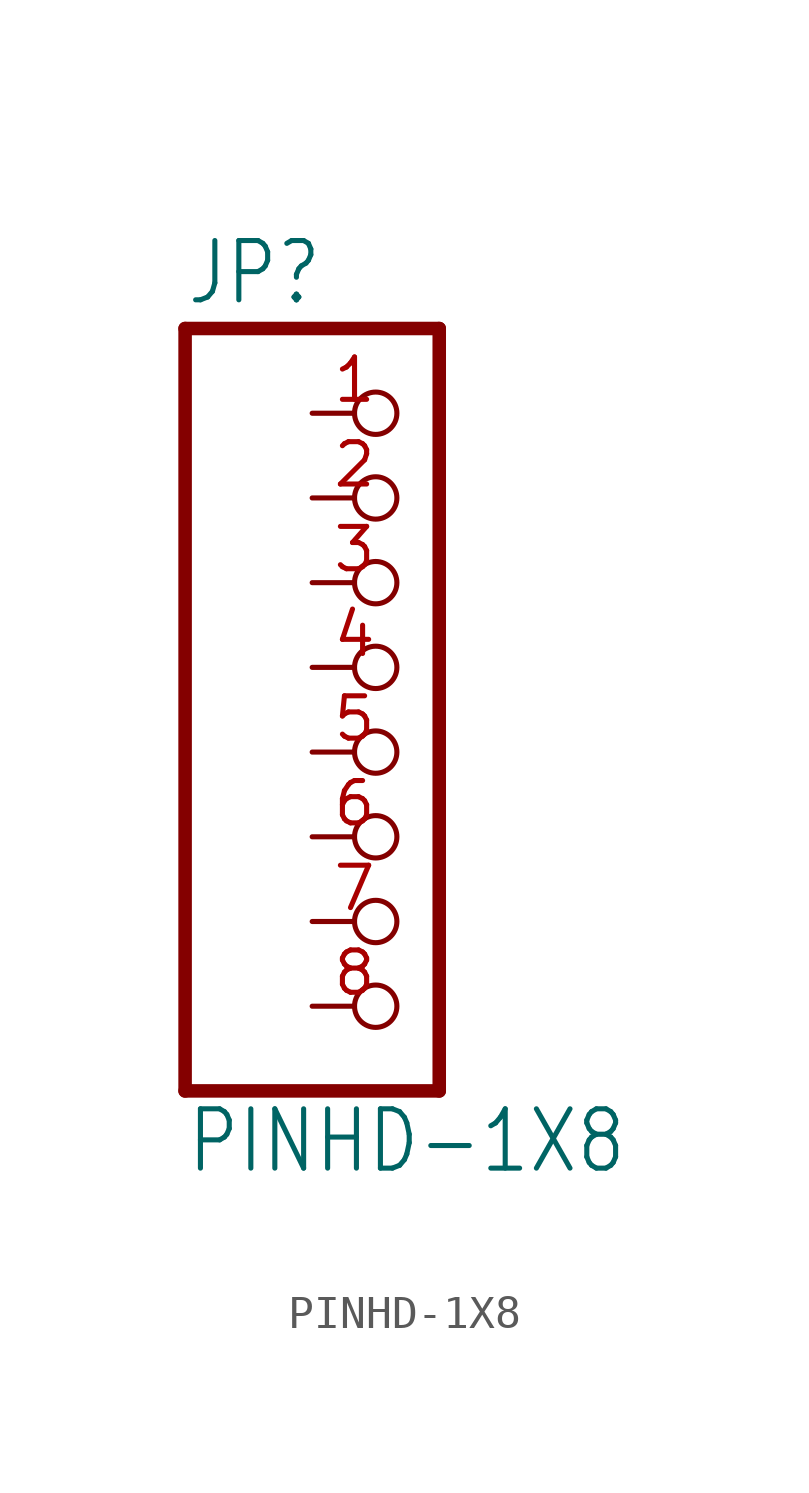
<source format=kicad_sym>
(kicad_symbol_lib
  (version 20210619)
  (generator kicad_symbol_editor)
  (symbol "PINHD-1X8"
    (property "Reference" "JP"
      (at -6.35 13.335 0)
      (effects (font (size 1.778 1.511)) (justify left bottom)))
    (property "Value" "PINHD-1X8"
      (at -6.35 -12.7 0)
      (effects (font (size 1.778 1.511)) (justify left bottom)))
    (property "ki_locked" ""
      (at 0 0 0)
      (effects (font (size 1.27 1.27))))
    (symbol "PINHD-1X8_1_0"
      (polyline (pts (xy -6.35 -10.16) (xy 1.27 -10.16)) (stroke (width 0.406)) (fill (type none)))
      (polyline (pts (xy -6.35 12.7) (xy -6.35 -10.16)) (stroke (width 0.406)) (fill (type none)))
      (polyline (pts (xy 1.27 -10.16) (xy 1.27 12.7)) (stroke (width 0.406)) (fill (type none)))
      (polyline (pts (xy 1.27 12.7) (xy -6.35 12.7)) (stroke (width 0.406)) (fill (type none)))
      (pin passive inverted (at -2.54 10.16 0) (length 2.54) (name "1" (effects (font (size 0 0)))) (number "1" (effects (font (size 1.27 1.27)))))
      (pin passive inverted (at -2.54 7.62 0) (length 2.54) (name "2" (effects (font (size 0 0)))) (number "2" (effects (font (size 1.27 1.27)))))
      (pin passive inverted (at -2.54 5.08 0) (length 2.54) (name "3" (effects (font (size 0 0)))) (number "3" (effects (font (size 1.27 1.27)))))
      (pin passive inverted (at -2.54 2.54 0) (length 2.54) (name "4" (effects (font (size 0 0)))) (number "4" (effects (font (size 1.27 1.27)))))
      (pin passive inverted (at -2.54 0 0) (length 2.54) (name "5" (effects (font (size 0 0)))) (number "5" (effects (font (size 1.27 1.27)))))
      (pin passive inverted (at -2.54 -2.54 0) (length 2.54) (name "6" (effects (font (size 0 0)))) (number "6" (effects (font (size 1.27 1.27)))))
      (pin passive inverted (at -2.54 -5.08 0) (length 2.54) (name "7" (effects (font (size 0 0)))) (number "7" (effects (font (size 1.27 1.27)))))
      (pin passive inverted (at -2.54 -7.62 0) (length 2.54) (name "8" (effects (font (size 0 0)))) (number "8" (effects (font (size 1.27 1.27))))))))
</source>
